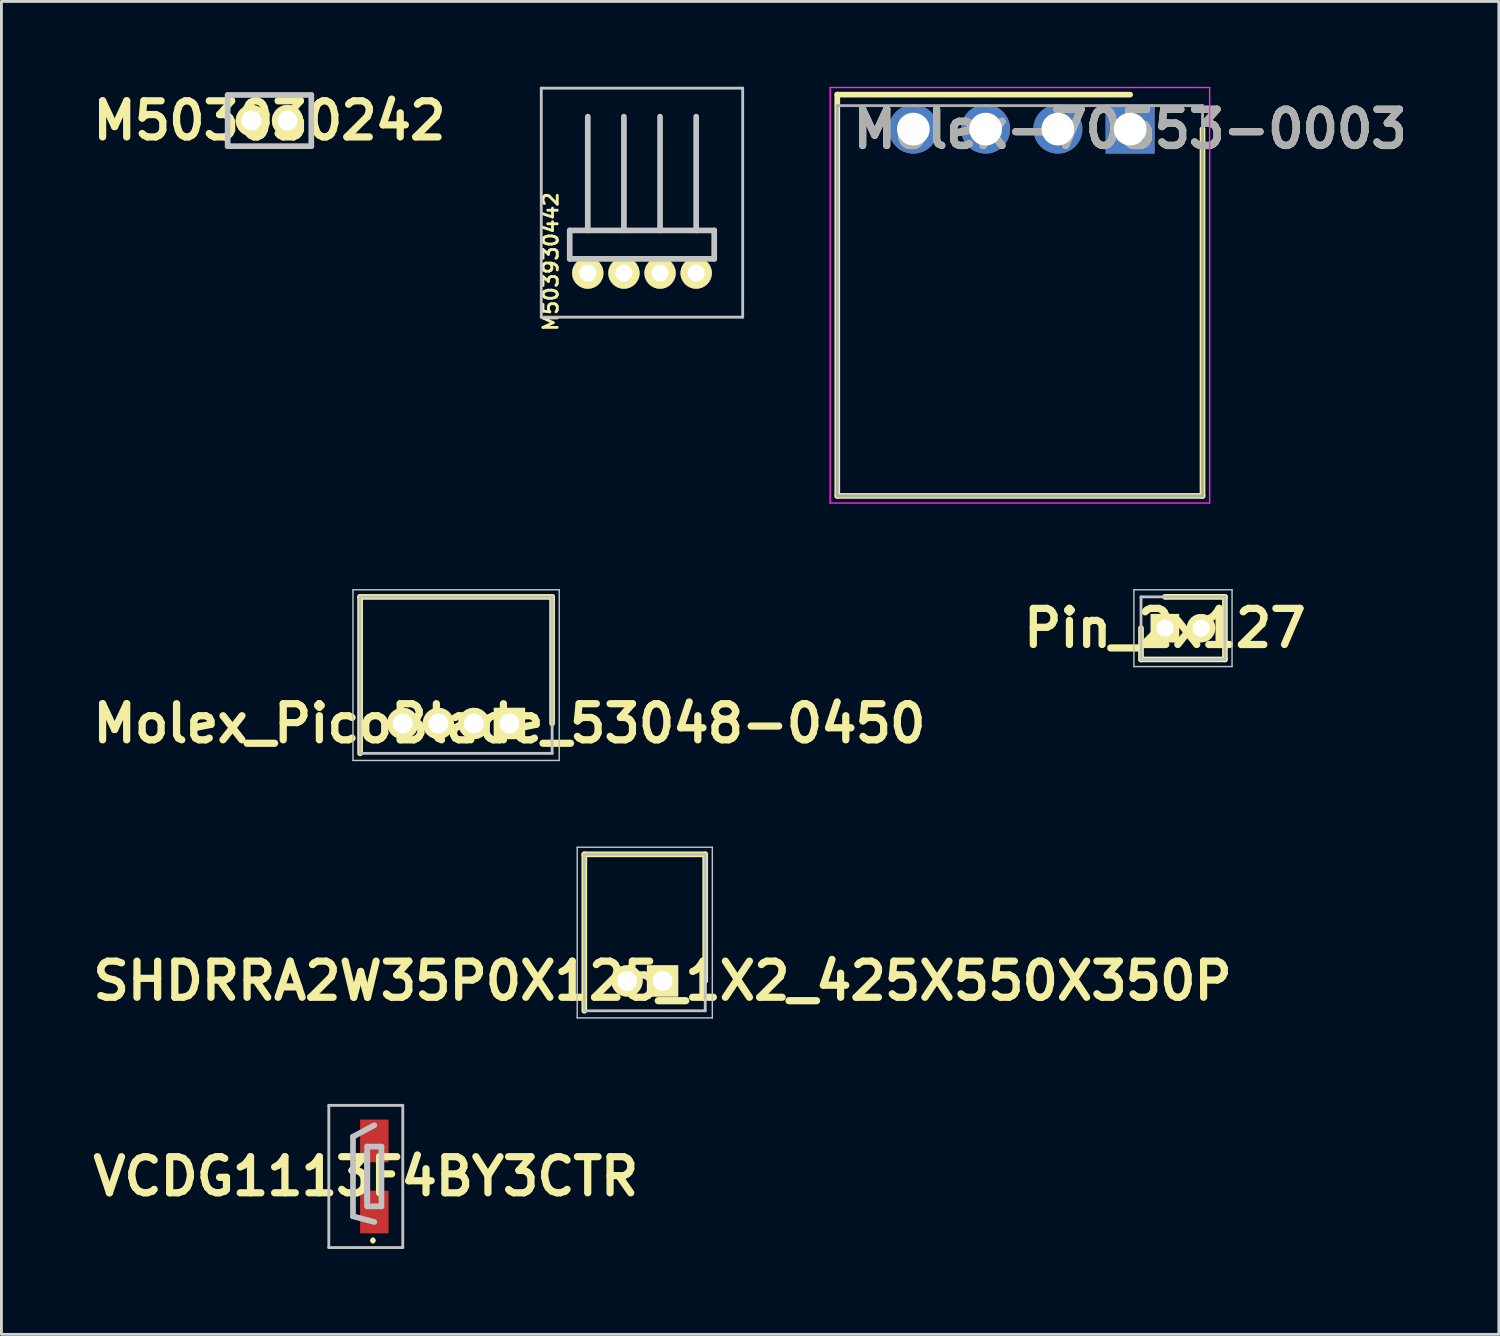
<source format=kicad_pcb>
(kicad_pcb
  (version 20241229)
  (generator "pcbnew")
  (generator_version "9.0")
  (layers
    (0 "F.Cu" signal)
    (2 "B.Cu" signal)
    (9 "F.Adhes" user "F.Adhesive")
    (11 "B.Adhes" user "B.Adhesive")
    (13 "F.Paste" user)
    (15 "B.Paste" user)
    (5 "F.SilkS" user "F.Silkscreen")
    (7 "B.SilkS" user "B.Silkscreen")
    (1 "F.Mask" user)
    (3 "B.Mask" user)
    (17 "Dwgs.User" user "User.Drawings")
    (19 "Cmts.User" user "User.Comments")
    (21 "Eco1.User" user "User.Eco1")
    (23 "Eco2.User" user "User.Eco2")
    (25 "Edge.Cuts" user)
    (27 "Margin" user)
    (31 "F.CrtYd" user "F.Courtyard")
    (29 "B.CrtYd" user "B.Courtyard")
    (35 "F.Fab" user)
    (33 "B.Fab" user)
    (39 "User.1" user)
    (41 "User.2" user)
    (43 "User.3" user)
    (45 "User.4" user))
  (footprint "M503930442"
    (layer "F.Cu")
    (at 17.613 6.55)
    (property "Reference" "M503930442" (at -1.3 -0.4 270) (layer "F.SilkS") (effects (font (size 0.5 0.5) (thickness 0.1))))
    (attr through_hole)
    (fp_line (start -0.635 -1.5) (end 4.445 -1.5) (stroke (width 0.1) (type solid)) (layer "F.SilkS"))
    (fp_line (start -0.635 -1) (end -0.635 -1.5) (stroke (width 0.1) (type solid)) (layer "F.SilkS"))
    (fp_line (start 4.445 -1.5) (end 4.445 -1) (stroke (width 0.1) (type solid)) (layer "F.SilkS"))
    (fp_line (start -1.635 -6.5) (end 5.445 -6.5) (stroke (width 0.1) (type solid)) (layer "Dwgs.User"))
    (fp_line (start -1.635 1.55) (end -1.635 -6.5) (stroke (width 0.1) (type solid)) (layer "Dwgs.User"))
    (fp_line (start -0.635 -1.5) (end 4.445 -1.5) (stroke (width 0.2) (type solid)) (layer "Dwgs.User"))
    (fp_line (start -0.635 -0.5) (end -0.635 -1.5) (stroke (width 0.2) (type solid)) (layer "Dwgs.User"))
    (fp_line (start 0 -1.5) (end 0 -5.5) (stroke (width 0.2) (type solid)) (layer "Dwgs.User"))
    (fp_line (start 1.27 -1.5) (end 1.27 -5.5) (stroke (width 0.2) (type solid)) (layer "Dwgs.User"))
    (fp_line (start 2.54 -1.5) (end 2.54 -5.5) (stroke (width 0.2) (type solid)) (layer "Dwgs.User"))
    (fp_line (start 3.81 -1.5) (end 3.81 -5.5) (stroke (width 0.2) (type solid)) (layer "Dwgs.User"))
    (fp_line (start 4.445 -1.5) (end 4.445 -0.5) (stroke (width 0.2) (type solid)) (layer "Dwgs.User"))
    (fp_line (start 4.445 -0.5) (end -0.635 -0.5) (stroke (width 0.2) (type solid)) (layer "Dwgs.User"))
    (fp_line (start 5.445 -6.5) (end 5.445 1.55) (stroke (width 0.1) (type solid)) (layer "Dwgs.User"))
    (fp_line (start 5.445 1.55) (end -1.635 1.55) (stroke (width 0.1) (type solid)) (layer "Dwgs.User"))
    (pad "1" thru_hole circle (at 0 0 90) (size 1.1 1.1) (drill 0.6) (layers "*.Cu" "*.Mask" "F.SilkS"))
    (pad "2" thru_hole circle (at 1.27 0 90) (size 1.1 1.1) (drill 0.6) (layers "*.Cu" "*.Mask" "F.SilkS"))
    (pad "3" thru_hole circle (at 2.54 0 90) (size 1.1 1.1) (drill 0.6) (layers "*.Cu" "*.Mask" "F.SilkS"))
    (pad "4" thru_hole circle (at 3.81 0 90) (size 1.1 1.1) (drill 0.6) (layers "*.Cu" "*.Mask" "F.SilkS")))
  (footprint "SHDRRA2W35P0X125_1X2_425X550X350P"
    (layer "F.Cu")
    (at 20.241 31.433)
    (property "Reference" "SHDRRA2W35P0X125_1X2_425X550X350P" (at 0 0 0) (layer "F.SilkS") (effects (font (size 1.27 1.27) (thickness 0.254))))
    (attr through_hole)
    (fp_line (start -2.75 -4.45) (end -2.75 1.05) (stroke (width 0.2) (type solid)) (layer "F.SilkS"))
    (fp_line (start 1.5 -4.45) (end -2.75 -4.45) (stroke (width 0.2) (type solid)) (layer "F.SilkS"))
    (fp_line (start 1.5 0) (end 1.5 -4.45) (stroke (width 0.2) (type solid)) (layer "F.SilkS"))
    (fp_line (start -3 -4.7) (end 1.75 -4.7) (stroke (width 0.05) (type solid)) (layer "Dwgs.User"))
    (fp_line (start -3 1.3) (end -3 -4.7) (stroke (width 0.05) (type solid)) (layer "Dwgs.User"))
    (fp_line (start -2.75 -4.45) (end 1.5 -4.45) (stroke (width 0.1) (type solid)) (layer "Dwgs.User"))
    (fp_line (start -2.75 1.05) (end -2.75 -4.45) (stroke (width 0.1) (type solid)) (layer "Dwgs.User"))
    (fp_line (start 1.5 -4.45) (end 1.5 1.05) (stroke (width 0.1) (type solid)) (layer "Dwgs.User"))
    (fp_line (start 1.5 1.05) (end -2.75 1.05) (stroke (width 0.1) (type solid)) (layer "Dwgs.User"))
    (fp_line (start 1.75 -4.7) (end 1.75 1.3) (stroke (width 0.05) (type solid)) (layer "Dwgs.User"))
    (fp_line (start 1.75 1.3) (end -3 1.3) (stroke (width 0.05) (type solid)) (layer "Dwgs.User"))
    (pad "1" thru_hole rect (at 0 0 90) (size 1.1 1.1) (drill 0.7) (layers "*.Cu" "*.Mask" "F.SilkS"))
    (pad "2" thru_hole circle (at -1.25 0 90) (size 1.1 1.1) (drill 0.7) (layers "*.Cu" "*.Mask" "F.SilkS")))
  (footprint "VCDG1113F4BY3CTR"
    (layer "F.Cu")
    (at 10.359 38.307)
    (property "Reference" "VCDG1113F4BY3CTR" (at -0.55 0 0) (layer "F.SilkS") (effects (font (size 1.27 1.27) (thickness 0.254))))
    (attr smd)
    (fp_line (start -1 -1.4) (end -1 1.4) (stroke (width 0.1) (type solid)) (layer "F.SilkS"))
    (fp_line (start -1 1.4) (end -0.9 1.4) (stroke (width 0.1) (type solid)) (layer "F.SilkS"))
    (fp_line (start -0.9 -1.4) (end -1 -1.4) (stroke (width 0.1) (type solid)) (layer "F.SilkS"))
    (fp_line (start -0.9 1.4) (end -0.9 1.4) (stroke (width 0.1) (type solid)) (layer "F.SilkS"))
    (fp_line (start -0.3 2.2) (end -0.3 2.2) (stroke (width 0.1) (type solid)) (layer "F.SilkS"))
    (fp_line (start -0.3 2.3) (end -0.3 2.3) (stroke (width 0.1) (type solid)) (layer "F.SilkS"))
    (fp_line (start 0 0.2) (end 0 -0.2) (stroke (width 0.1) (type solid)) (layer "F.SilkS"))
    (fp_arc (start -0.3 2.2) (mid -0.25 2.25) (end -0.3 2.3) (stroke (width 0.1) (type solid)) (layer "F.SilkS"))
    (fp_arc (start -0.3 2.3) (mid -0.35 2.25) (end -0.3 2.2) (stroke (width 0.1) (type solid)) (layer "F.SilkS"))
    (fp_line (start -1.85 -2.5) (end 0.75 -2.5) (stroke (width 0.1) (type solid)) (layer "Dwgs.User"))
    (fp_line (start -1.85 2.5) (end -1.85 -2.5) (stroke (width 0.1) (type solid)) (layer "Dwgs.User"))
    (fp_line (start -1 -1.4) (end -0.25 -1.8) (stroke (width 0.2) (type solid)) (layer "Dwgs.User"))
    (fp_line (start -1 1.4) (end -1 -1.4) (stroke (width 0.2) (type solid)) (layer "Dwgs.User"))
    (fp_line (start -0.5 -1.05) (end 0 -1.05) (stroke (width 0.2) (type solid)) (layer "Dwgs.User"))
    (fp_line (start -0.5 -0.85) (end -0.5 0.85) (stroke (width 0.2) (type solid)) (layer "Dwgs.User"))
    (fp_line (start -0.5 0.85) (end -0.5 -0.85) (stroke (width 0.2) (type solid)) (layer "Dwgs.User"))
    (fp_line (start -0.5 1.05) (end -0.5 -1.05) (stroke (width 0.2) (type solid)) (layer "Dwgs.User"))
    (fp_line (start -0.25 1.6) (end -1 1.4) (stroke (width 0.2) (type solid)) (layer "Dwgs.User"))
    (fp_line (start 0 -1.05) (end 0 1.05) (stroke (width 0.2) (type solid)) (layer "Dwgs.User"))
    (fp_line (start 0 1.05) (end -0.5 1.05) (stroke (width 0.2) (type solid)) (layer "Dwgs.User"))
    (fp_line (start 0.75 -2.5) (end 0.75 2.5) (stroke (width 0.1) (type solid)) (layer "Dwgs.User"))
    (fp_line (start 0.75 2.5) (end -1.85 2.5) (stroke (width 0.1) (type solid)) (layer "Dwgs.User"))
    (pad "1" smd rect (at -0.25 1.25) (size 1 1.5) (layers "F.Cu" "F.Mask" "F.Paste"))
    (pad "2" smd rect (at -0.25 -1.25) (size 1 1.5) (layers "F.Cu" "F.Mask" "F.Paste")))
  (footprint "Pin_2x127"
    (layer "F.Cu")
    (at 37.901 19.032)
    (property "Reference" "Pin_2x127" (at 0 0 0) (layer "F.SilkS") (effects (font (size 1.27 1.27) (thickness 0.254))))
    (attr through_hole)
    (fp_line (start -0.84 0) (end -0.84 1.1) (stroke (width 0.2) (type solid)) (layer "F.SilkS"))
    (fp_line (start -0.84 1.1) (end 2.11 1.1) (stroke (width 0.2) (type solid)) (layer "F.SilkS"))
    (fp_line (start 2.11 -1.1) (end 0 -1.1) (stroke (width 0.2) (type solid)) (layer "F.SilkS"))
    (fp_line (start 2.11 1.1) (end 2.11 -1.1) (stroke (width 0.2) (type solid)) (layer "F.SilkS"))
    (fp_line (start -1.09 -1.35) (end 2.36 -1.35) (stroke (width 0.05) (type solid)) (layer "Dwgs.User"))
    (fp_line (start -1.09 1.35) (end -1.09 -1.35) (stroke (width 0.05) (type solid)) (layer "Dwgs.User"))
    (fp_line (start -0.84 -1.1) (end 2.11 -1.1) (stroke (width 0.1) (type solid)) (layer "Dwgs.User"))
    (fp_line (start -0.84 1.1) (end -0.84 -1.1) (stroke (width 0.1) (type solid)) (layer "Dwgs.User"))
    (fp_line (start 2.11 -1.1) (end 2.11 1.1) (stroke (width 0.1) (type solid)) (layer "Dwgs.User"))
    (fp_line (start 2.11 1.1) (end -0.84 1.1) (stroke (width 0.1) (type solid)) (layer "Dwgs.User"))
    (fp_line (start 2.36 -1.35) (end 2.36 1.35) (stroke (width 0.05) (type solid)) (layer "Dwgs.User"))
    (fp_line (start 2.36 1.35) (end -1.09 1.35) (stroke (width 0.05) (type solid)) (layer "Dwgs.User"))
    (pad "1" thru_hole rect (at 0 0 90) (size 1 1) (drill 0.6) (layers "*.Cu" "*.Mask" "F.SilkS"))
    (pad "2" thru_hole circle (at 1.27 0 90) (size 1 1) (drill 0.6) (layers "*.Cu" "*.Mask" "F.SilkS")))
  (footprint "Molex-70553-0003"
    (layer "F.Cu")
    (at 36.678 1.488)
    (property "Reference" "Molex-70553-0003" (at 0 0 0) (layer "F.SilkS") (effects (font (size 1.27 1.27) (thickness 0.254))))
    (attr through_hole)
    (fp_line (start -10.295 -1.212) (end -10.295 12.895) (stroke (width 0.2) (type solid)) (layer "F.SilkS"))
    (fp_line (start -10.295 12.895) (end 2.545 12.895) (stroke (width 0.2) (type solid)) (layer "F.SilkS"))
    (fp_line (start 0 -1.212) (end -10.295 -1.212) (stroke (width 0.2) (type solid)) (layer "F.SilkS"))
    (fp_line (start 2.545 12.895) (end 2.545 0) (stroke (width 0.2) (type solid)) (layer "F.SilkS"))
    (fp_line (start -10.545 -1.462) (end -10.545 13.145) (stroke (width 0.05) (type solid)) (layer "F.CrtYd"))
    (fp_line (start -10.545 13.145) (end 2.795 13.145) (stroke (width 0.05) (type solid)) (layer "F.CrtYd"))
    (fp_line (start 2.795 -1.462) (end -10.545 -1.462) (stroke (width 0.05) (type solid)) (layer "F.CrtYd"))
    (fp_line (start 2.795 13.145) (end 2.795 -1.462) (stroke (width 0.05) (type solid)) (layer "F.CrtYd"))
    (fp_line (start -10.295 -0.825) (end -10.295 12.895) (stroke (width 0.1) (type solid)) (layer "F.Fab"))
    (fp_line (start -10.295 12.895) (end 2.545 12.895) (stroke (width 0.1) (type solid)) (layer "F.Fab"))
    (fp_line (start 2.545 -0.825) (end -10.295 -0.825) (stroke (width 0.1) (type solid)) (layer "F.Fab"))
    (fp_line (start 2.545 12.895) (end 2.545 -0.825) (stroke (width 0.1) (type solid)) (layer "F.Fab"))
    (fp_text user "${REFERENCE}" (at 0 0 0) (layer "F.Fab") (effects (font (size 1.27 1.27) (thickness 0.254))))
    (pad "1" thru_hole rect (at 0 0) (size 1.725 1.725) (drill 1.15) (layers "*.Cu" "*.Mask"))
    (pad "2" thru_hole circle (at -2.54 0) (size 1.725 1.725) (drill 1.15) (layers "*.Cu" "*.Mask"))
    (pad "3" thru_hole circle (at -5.08 0) (size 1.725 1.725) (drill 1.15) (layers "*.Cu" "*.Mask"))
    (pad "4" thru_hole circle (at -7.62 0) (size 1.725 1.725) (drill 1.15) (layers "*.Cu" "*.Mask")))
  (footprint "Molex_PicoBlade_53048-0450"
    (layer "F.Cu")
    (at 14.859 22.383)
    (property "Reference" "Molex_PicoBlade_53048-0450" (at 0 0 0) (layer "F.SilkS") (effects (font (size 1.27 1.27) (thickness 0.254))))
    (attr through_hole)
    (fp_line (start -5.25 -4.45) (end -5.25 1.05) (stroke (width 0.2) (type solid)) (layer "F.SilkS"))
    (fp_line (start 1.5 -4.45) (end -5.25 -4.45) (stroke (width 0.2) (type solid)) (layer "F.SilkS"))
    (fp_line (start 1.5 0) (end 1.5 -4.45) (stroke (width 0.2) (type solid)) (layer "F.SilkS"))
    (fp_line (start -5.5 -4.7) (end 1.75 -4.7) (stroke (width 0.05) (type solid)) (layer "Dwgs.User"))
    (fp_line (start -5.5 1.3) (end -5.5 -4.7) (stroke (width 0.05) (type solid)) (layer "Dwgs.User"))
    (fp_line (start -5.25 -4.45) (end 1.5 -4.45) (stroke (width 0.1) (type solid)) (layer "Dwgs.User"))
    (fp_line (start -5.25 1.05) (end -5.25 -4.45) (stroke (width 0.1) (type solid)) (layer "Dwgs.User"))
    (fp_line (start 1.5 -4.45) (end 1.5 1.05) (stroke (width 0.1) (type solid)) (layer "Dwgs.User"))
    (fp_line (start 1.5 1.05) (end -5.25 1.05) (stroke (width 0.1) (type solid)) (layer "Dwgs.User"))
    (fp_line (start 1.75 -4.7) (end 1.75 1.3) (stroke (width 0.05) (type solid)) (layer "Dwgs.User"))
    (fp_line (start 1.75 1.3) (end -5.5 1.3) (stroke (width 0.05) (type solid)) (layer "Dwgs.User"))
    (pad "1" thru_hole rect (at 0 0 90) (size 1.1 1.1) (drill 0.7) (layers "*.Cu" "*.Mask" "F.SilkS"))
    (pad "2" thru_hole circle (at -1.25 0 90) (size 1.1 1.1) (drill 0.7) (layers "*.Cu" "*.Mask" "F.SilkS"))
    (pad "3" thru_hole circle (at -2.5 0 90) (size 1.1 1.1) (drill 0.7) (layers "*.Cu" "*.Mask" "F.SilkS"))
    (pad "4" thru_hole circle (at -3.75 0 90) (size 1.1 1.1) (drill 0.7) (layers "*.Cu" "*.Mask" "F.SilkS")))
  (footprint "M503030242"
    (layer "F.Cu")
    (at 5.788 1.189)
    (property "Reference" "M503030242" (at 0.635 0 0) (layer "F.SilkS") (effects (font (size 1.27 1.27) (thickness 0.254))))
    (attr through_hole)
    (fp_line (start -0.835 -0.9) (end 2.105 -0.9) (stroke (width 0.1) (type solid)) (layer "F.SilkS"))
    (fp_line (start -0.835 0.9) (end -0.835 -0.9) (stroke (width 0.1) (type solid)) (layer "F.SilkS"))
    (fp_line (start 2.105 -0.9) (end 2.105 0.9) (stroke (width 0.1) (type solid)) (layer "F.SilkS"))
    (fp_line (start 2.105 0.9) (end -0.835 0.9) (stroke (width 0.1) (type solid)) (layer "F.SilkS"))
    (fp_line (start -0.835 -0.9) (end 2.105 -0.9) (stroke (width 0.2) (type solid)) (layer "Dwgs.User"))
    (fp_line (start -0.835 0.9) (end -0.835 -0.9) (stroke (width 0.2) (type solid)) (layer "Dwgs.User"))
    (fp_line (start 2.105 -0.9) (end 2.105 0.9) (stroke (width 0.2) (type solid)) (layer "Dwgs.User"))
    (fp_line (start 2.105 0.9) (end -0.835 0.9) (stroke (width 0.2) (type solid)) (layer "Dwgs.User"))
    (pad "1" thru_hole circle (at 0 0 90) (size 1.1 1.1) (drill 0.7) (layers "*.Cu" "*.Mask" "F.SilkS"))
    (pad "2" thru_hole circle (at 1.27 0 90) (size 1.1 1.1) (drill 0.7) (layers "*.Cu" "*.Mask" "F.SilkS")))
  (gr_rect
    (start -3 -3)
    (end 49.639 43.858)
    (stroke (width 0.1) (type default))
    (fill no)
    (layer "Edge.Cuts")))
</source>
